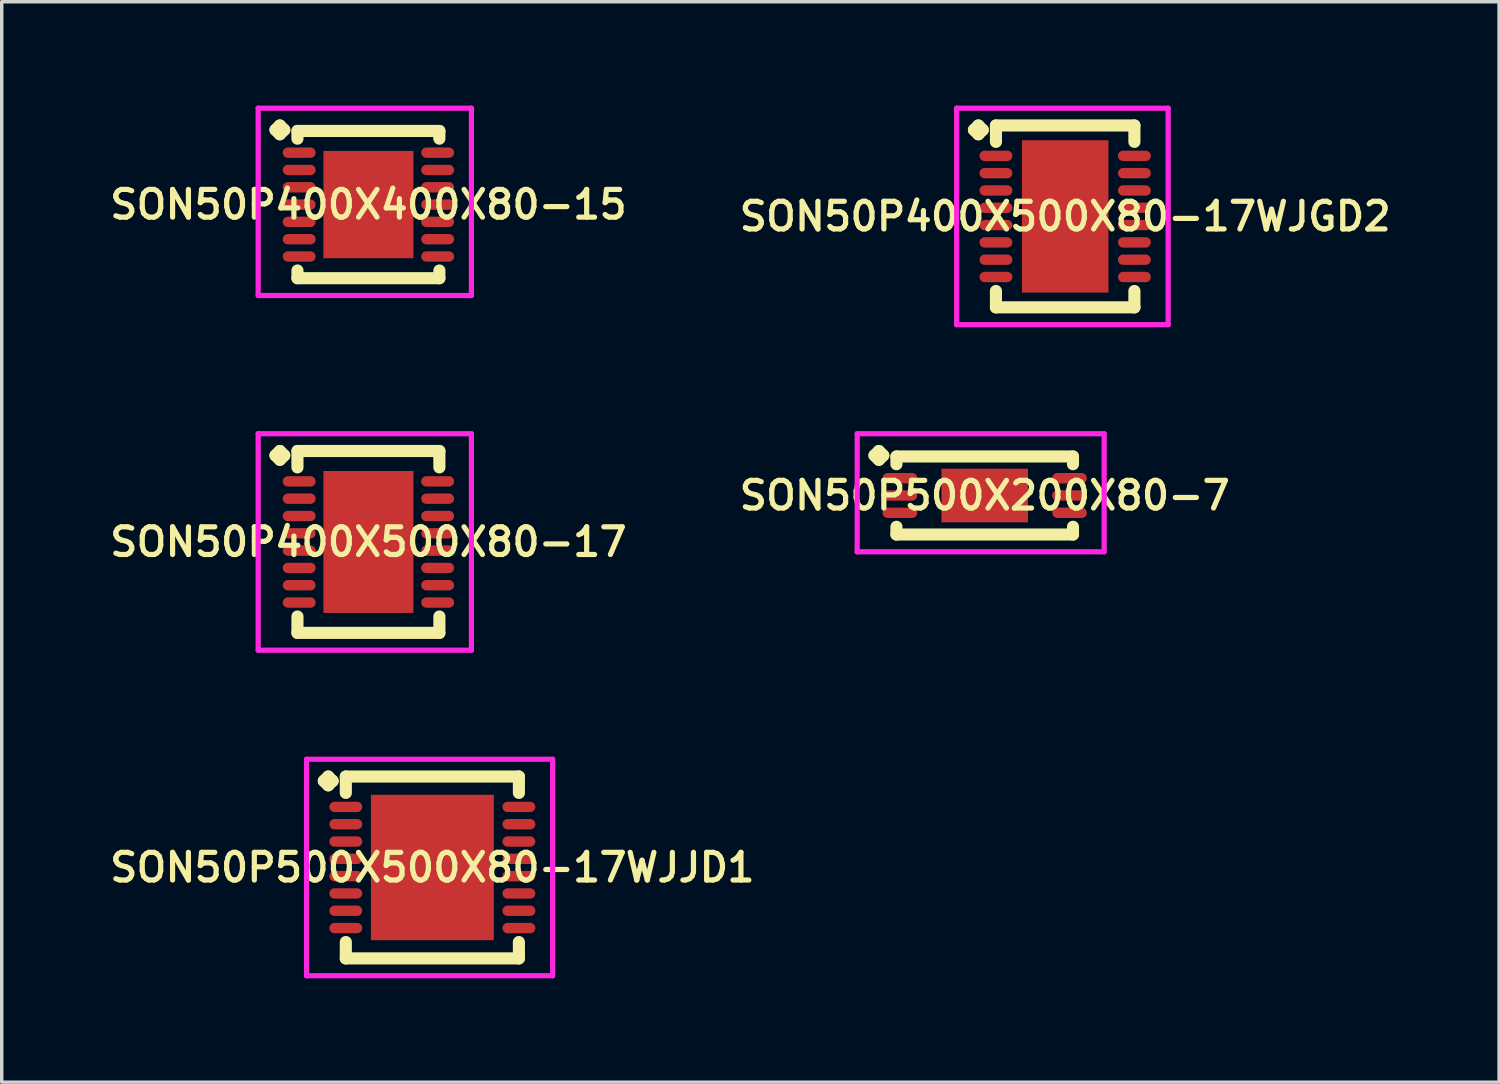
<source format=kicad_pcb>
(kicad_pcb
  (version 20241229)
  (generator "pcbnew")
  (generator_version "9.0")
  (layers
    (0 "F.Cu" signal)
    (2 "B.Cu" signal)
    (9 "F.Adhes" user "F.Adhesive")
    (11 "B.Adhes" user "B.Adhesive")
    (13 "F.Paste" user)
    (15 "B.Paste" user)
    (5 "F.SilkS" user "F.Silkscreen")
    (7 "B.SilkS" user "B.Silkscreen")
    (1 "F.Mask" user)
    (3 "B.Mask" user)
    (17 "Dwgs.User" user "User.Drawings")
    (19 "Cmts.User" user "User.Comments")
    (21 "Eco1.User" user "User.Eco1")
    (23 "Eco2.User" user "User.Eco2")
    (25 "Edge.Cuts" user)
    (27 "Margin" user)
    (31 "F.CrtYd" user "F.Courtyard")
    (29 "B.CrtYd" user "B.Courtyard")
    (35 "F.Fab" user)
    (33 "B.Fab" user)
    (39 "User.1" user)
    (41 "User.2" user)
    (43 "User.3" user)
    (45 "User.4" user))
  (footprint "SON50P400X500X80-17WJGD2"
    (layer "F.Cu")
    (at 27.721 3.202)
    (property "Reference" "SON50P400X500X80-17WJGD2" (at 0 0 0) (layer "F.SilkS") (effects (font (size 0.8 0.8) (thickness 0.15))))
    (attr smd)
    (fp_line (start -2.635 -2.5) (end -2.508 -2.627) (stroke (width 0.35) (type solid)) (layer "F.SilkS"))
    (fp_line (start -2.508 -2.627) (end -2.381 -2.5) (stroke (width 0.35) (type solid)) (layer "F.SilkS"))
    (fp_line (start -2.508 -2.373) (end -2.635 -2.5) (stroke (width 0.35) (type solid)) (layer "F.SilkS"))
    (fp_line (start -2.381 -2.5) (end -2.508 -2.373) (stroke (width 0.35) (type solid)) (layer "F.SilkS"))
    (fp_line (start -2 -2.627) (end 2 -2.627) (stroke (width 0.35) (type solid)) (layer "F.SilkS"))
    (fp_line (start -2 -2.154) (end -2 -2.627) (stroke (width 0.35) (type solid)) (layer "F.SilkS"))
    (fp_line (start -2 2.154) (end -2 2.627) (stroke (width 0.35) (type solid)) (layer "F.SilkS"))
    (fp_line (start -2 2.627) (end 2 2.627) (stroke (width 0.35) (type solid)) (layer "F.SilkS"))
    (fp_line (start 2 -2.627) (end 2 -2.154) (stroke (width 0.35) (type solid)) (layer "F.SilkS"))
    (fp_line (start 2 2.627) (end 2 2.154) (stroke (width 0.35) (type solid)) (layer "F.SilkS"))
    (fp_line (start -3.135 -3.127) (end 2.975 -3.127) (stroke (width 0.15) (type solid)) (layer "F.CrtYd"))
    (fp_line (start -3.135 3.127) (end -3.135 -3.127) (stroke (width 0.15) (type solid)) (layer "F.CrtYd"))
    (fp_line (start 2.975 -3.127) (end 2.975 3.127) (stroke (width 0.15) (type solid)) (layer "F.CrtYd"))
    (fp_line (start 2.975 3.127) (end -3.135 3.127) (stroke (width 0.15) (type solid)) (layer "F.CrtYd"))
    (pad "1" smd oval (at -2 -1.75) (size 0.95 0.3) (layers "F.Cu" "F.Mask" "F.Paste"))
    (pad "2" smd oval (at -2 -1.25) (size 0.95 0.3) (layers "F.Cu" "F.Mask" "F.Paste"))
    (pad "3" smd oval (at -2 -0.75) (size 0.95 0.3) (layers "F.Cu" "F.Mask" "F.Paste"))
    (pad "4" smd oval (at -2 -0.25) (size 0.95 0.3) (layers "F.Cu" "F.Mask" "F.Paste"))
    (pad "5" smd oval (at -2 0.25) (size 0.95 0.3) (layers "F.Cu" "F.Mask" "F.Paste"))
    (pad "6" smd oval (at -2 0.75) (size 0.95 0.3) (layers "F.Cu" "F.Mask" "F.Paste"))
    (pad "7" smd oval (at -2 1.25) (size 0.95 0.3) (layers "F.Cu" "F.Mask" "F.Paste"))
    (pad "8" smd oval (at -2 1.75) (size 0.95 0.3) (layers "F.Cu" "F.Mask" "F.Paste"))
    (pad "9" smd oval (at 2 1.75) (size 0.95 0.3) (layers "F.Cu" "F.Mask" "F.Paste"))
    (pad "10" smd oval (at 2 1.25) (size 0.95 0.3) (layers "F.Cu" "F.Mask" "F.Paste"))
    (pad "11" smd oval (at 2 0.75) (size 0.95 0.3) (layers "F.Cu" "F.Mask" "F.Paste"))
    (pad "12" smd oval (at 2 0.25) (size 0.95 0.3) (layers "F.Cu" "F.Mask" "F.Paste"))
    (pad "13" smd oval (at 2 -0.25) (size 0.95 0.3) (layers "F.Cu" "F.Mask" "F.Paste"))
    (pad "14" smd oval (at 2 -0.75) (size 0.95 0.3) (layers "F.Cu" "F.Mask" "F.Paste"))
    (pad "15" smd oval (at 2 -1.25) (size 0.95 0.3) (layers "F.Cu" "F.Mask" "F.Paste"))
    (pad "16" smd oval (at 2 -1.75) (size 0.95 0.3) (layers "F.Cu" "F.Mask" "F.Paste"))
    (pad "17" smd rect (at 0 0) (size 2.5 4.4) (layers "F.Cu" "F.Mask" "F.Paste")))
  (footprint "SON50P500X500X80-17WJJD1"
    (layer "F.Cu")
    (at 9.44 22.01)
    (property "Reference" "SON50P500X500X80-17WJJD1" (at 0 0 0) (layer "F.SilkS") (effects (font (size 0.8 0.8) (thickness 0.15))))
    (attr smd)
    (fp_line (start -3.135 -2.5) (end -3.008 -2.627) (stroke (width 0.35) (type solid)) (layer "F.SilkS"))
    (fp_line (start -3.008 -2.627) (end -2.881 -2.5) (stroke (width 0.35) (type solid)) (layer "F.SilkS"))
    (fp_line (start -3.008 -2.373) (end -3.135 -2.5) (stroke (width 0.35) (type solid)) (layer "F.SilkS"))
    (fp_line (start -2.881 -2.5) (end -3.008 -2.373) (stroke (width 0.35) (type solid)) (layer "F.SilkS"))
    (fp_line (start -2.5 -2.627) (end 2.5 -2.627) (stroke (width 0.35) (type solid)) (layer "F.SilkS"))
    (fp_line (start -2.5 -2.154) (end -2.5 -2.627) (stroke (width 0.35) (type solid)) (layer "F.SilkS"))
    (fp_line (start -2.5 2.154) (end -2.5 2.627) (stroke (width 0.35) (type solid)) (layer "F.SilkS"))
    (fp_line (start -2.5 2.627) (end 2.5 2.627) (stroke (width 0.35) (type solid)) (layer "F.SilkS"))
    (fp_line (start 2.5 -2.627) (end 2.5 -2.154) (stroke (width 0.35) (type solid)) (layer "F.SilkS"))
    (fp_line (start 2.5 2.627) (end 2.5 2.154) (stroke (width 0.35) (type solid)) (layer "F.SilkS"))
    (fp_line (start -3.635 -3.127) (end 3.475 -3.127) (stroke (width 0.15) (type solid)) (layer "F.CrtYd"))
    (fp_line (start -3.635 3.127) (end -3.635 -3.127) (stroke (width 0.15) (type solid)) (layer "F.CrtYd"))
    (fp_line (start 3.475 -3.127) (end 3.475 3.127) (stroke (width 0.15) (type solid)) (layer "F.CrtYd"))
    (fp_line (start 3.475 3.127) (end -3.635 3.127) (stroke (width 0.15) (type solid)) (layer "F.CrtYd"))
    (pad "1" smd oval (at -2.5 -1.75) (size 0.95 0.3) (layers "F.Cu" "F.Mask" "F.Paste"))
    (pad "2" smd oval (at -2.5 -1.25) (size 0.95 0.3) (layers "F.Cu" "F.Mask" "F.Paste"))
    (pad "3" smd oval (at -2.5 -0.75) (size 0.95 0.3) (layers "F.Cu" "F.Mask" "F.Paste"))
    (pad "4" smd oval (at -2.5 -0.25) (size 0.95 0.3) (layers "F.Cu" "F.Mask" "F.Paste"))
    (pad "5" smd oval (at -2.5 0.25) (size 0.95 0.3) (layers "F.Cu" "F.Mask" "F.Paste"))
    (pad "6" smd oval (at -2.5 0.75) (size 0.95 0.3) (layers "F.Cu" "F.Mask" "F.Paste"))
    (pad "7" smd oval (at -2.5 1.25) (size 0.95 0.3) (layers "F.Cu" "F.Mask" "F.Paste"))
    (pad "8" smd oval (at -2.5 1.75) (size 0.95 0.3) (layers "F.Cu" "F.Mask" "F.Paste"))
    (pad "9" smd oval (at 2.5 1.75) (size 0.95 0.3) (layers "F.Cu" "F.Mask" "F.Paste"))
    (pad "10" smd oval (at 2.5 1.25) (size 0.95 0.3) (layers "F.Cu" "F.Mask" "F.Paste"))
    (pad "11" smd oval (at 2.5 0.75) (size 0.95 0.3) (layers "F.Cu" "F.Mask" "F.Paste"))
    (pad "12" smd oval (at 2.5 0.25) (size 0.95 0.3) (layers "F.Cu" "F.Mask" "F.Paste"))
    (pad "13" smd oval (at 2.5 -0.25) (size 0.95 0.3) (layers "F.Cu" "F.Mask" "F.Paste"))
    (pad "14" smd oval (at 2.5 -0.75) (size 0.95 0.3) (layers "F.Cu" "F.Mask" "F.Paste"))
    (pad "15" smd oval (at 2.5 -1.25) (size 0.95 0.3) (layers "F.Cu" "F.Mask" "F.Paste"))
    (pad "16" smd oval (at 2.5 -1.75) (size 0.95 0.3) (layers "F.Cu" "F.Mask" "F.Paste"))
    (pad "17" smd rect (at 0 0) (size 3.55 4.2) (layers "F.Cu" "F.Mask" "F.Paste")))
  (footprint "SON50P500X200X80-7"
    (layer "F.Cu")
    (at 25.397 11.264)
    (property "Reference" "SON50P500X200X80-7" (at 0 0 0) (layer "F.SilkS") (effects (font (size 0.8 0.8) (thickness 0.15))))
    (attr through_hole)
    (fp_line (start -3.185 -1.158) (end -3.058 -1.285) (stroke (width 0.35) (type solid)) (layer "F.SilkS"))
    (fp_line (start -3.058 -1.285) (end -2.931 -1.158) (stroke (width 0.35) (type solid)) (layer "F.SilkS"))
    (fp_line (start -3.058 -1.031) (end -3.185 -1.158) (stroke (width 0.35) (type solid)) (layer "F.SilkS"))
    (fp_line (start -2.931 -1.158) (end -3.058 -1.031) (stroke (width 0.35) (type solid)) (layer "F.SilkS"))
    (fp_line (start -2.55 -1.127) (end 2.55 -1.127) (stroke (width 0.35) (type solid)) (layer "F.SilkS"))
    (fp_line (start -2.55 -0.904) (end -2.55 -1.127) (stroke (width 0.35) (type solid)) (layer "F.SilkS"))
    (fp_line (start -2.55 0.904) (end -2.55 1.127) (stroke (width 0.35) (type solid)) (layer "F.SilkS"))
    (fp_line (start -2.55 1.127) (end 2.55 1.127) (stroke (width 0.35) (type solid)) (layer "F.SilkS"))
    (fp_line (start 2.55 -1.127) (end 2.55 -0.904) (stroke (width 0.35) (type solid)) (layer "F.SilkS"))
    (fp_line (start 2.55 1.127) (end 2.55 0.904) (stroke (width 0.35) (type solid)) (layer "F.SilkS"))
    (fp_line (start -3.685 -1.785) (end 3.45 -1.785) (stroke (width 0.15) (type solid)) (layer "F.CrtYd"))
    (fp_line (start -3.685 1.627) (end -3.685 -1.785) (stroke (width 0.15) (type solid)) (layer "F.CrtYd"))
    (fp_line (start 3.45 -1.785) (end 3.45 1.627) (stroke (width 0.15) (type solid)) (layer "F.CrtYd"))
    (fp_line (start 3.45 1.627) (end -3.685 1.627) (stroke (width 0.15) (type solid)) (layer "F.CrtYd"))
    (pad "1" smd oval (at -2.45 -0.5) (size 1 0.3) (layers "F.Cu" "F.Mask" "F.Paste"))
    (pad "2" smd oval (at -2.45 0) (size 1 0.3) (layers "F.Cu" "F.Mask" "F.Paste"))
    (pad "3" smd oval (at -2.45 0.5) (size 1 0.3) (layers "F.Cu" "F.Mask" "F.Paste"))
    (pad "4" smd oval (at 2.45 0.5) (size 1 0.3) (layers "F.Cu" "F.Mask" "F.Paste"))
    (pad "5" smd oval (at 2.45 0) (size 1 0.3) (layers "F.Cu" "F.Mask" "F.Paste"))
    (pad "6" smd oval (at 2.45 -0.5) (size 1 0.3) (layers "F.Cu" "F.Mask" "F.Paste"))
    (pad "7" smd rect (at 0 0) (size 2.5 1.55) (layers "F.Cu" "F.Mask" "F.Paste")))
  (footprint "SON50P400X400X80-15"
    (layer "F.Cu")
    (at 7.593 2.86)
    (property "Reference" "SON50P400X400X80-15" (at 0 0 0) (layer "F.SilkS") (effects (font (size 0.8 0.8) (thickness 0.15))))
    (attr smd)
    (fp_line (start -2.685 -2.158) (end -2.558 -2.285) (stroke (width 0.35) (type solid)) (layer "F.SilkS"))
    (fp_line (start -2.558 -2.285) (end -2.431 -2.158) (stroke (width 0.35) (type solid)) (layer "F.SilkS"))
    (fp_line (start -2.558 -2.031) (end -2.685 -2.158) (stroke (width 0.35) (type solid)) (layer "F.SilkS"))
    (fp_line (start -2.431 -2.158) (end -2.558 -2.031) (stroke (width 0.35) (type solid)) (layer "F.SilkS"))
    (fp_line (start -2.05 -2.127) (end 2.05 -2.127) (stroke (width 0.35) (type solid)) (layer "F.SilkS"))
    (fp_line (start -2.05 -1.904) (end -2.05 -2.127) (stroke (width 0.35) (type solid)) (layer "F.SilkS"))
    (fp_line (start -2.05 1.904) (end -2.05 2.127) (stroke (width 0.35) (type solid)) (layer "F.SilkS"))
    (fp_line (start -2.05 2.127) (end 2.05 2.127) (stroke (width 0.35) (type solid)) (layer "F.SilkS"))
    (fp_line (start 2.05 -2.127) (end 2.05 -1.904) (stroke (width 0.35) (type solid)) (layer "F.SilkS"))
    (fp_line (start 2.05 2.127) (end 2.05 1.904) (stroke (width 0.35) (type solid)) (layer "F.SilkS"))
    (fp_line (start -3.185 -2.785) (end 2.975 -2.785) (stroke (width 0.15) (type solid)) (layer "F.CrtYd"))
    (fp_line (start -3.185 2.627) (end -3.185 -2.785) (stroke (width 0.15) (type solid)) (layer "F.CrtYd"))
    (fp_line (start 2.975 -2.785) (end 2.975 2.627) (stroke (width 0.15) (type solid)) (layer "F.CrtYd"))
    (fp_line (start 2.975 2.627) (end -3.185 2.627) (stroke (width 0.15) (type solid)) (layer "F.CrtYd"))
    (pad "1" smd oval (at -2 -1.5) (size 0.95 0.3) (layers "F.Cu" "F.Mask" "F.Paste"))
    (pad "2" smd oval (at -2 -1) (size 0.95 0.3) (layers "F.Cu" "F.Mask" "F.Paste"))
    (pad "3" smd oval (at -2 -0.5) (size 0.95 0.3) (layers "F.Cu" "F.Mask" "F.Paste"))
    (pad "4" smd oval (at -2 0) (size 0.95 0.3) (layers "F.Cu" "F.Mask" "F.Paste"))
    (pad "5" smd oval (at -2 0.5) (size 0.95 0.3) (layers "F.Cu" "F.Mask" "F.Paste"))
    (pad "6" smd oval (at -2 1) (size 0.95 0.3) (layers "F.Cu" "F.Mask" "F.Paste"))
    (pad "7" smd oval (at -2 1.5) (size 0.95 0.3) (layers "F.Cu" "F.Mask" "F.Paste"))
    (pad "8" smd oval (at 2 1.5) (size 0.95 0.3) (layers "F.Cu" "F.Mask" "F.Paste"))
    (pad "9" smd oval (at 2 1) (size 0.95 0.3) (layers "F.Cu" "F.Mask" "F.Paste"))
    (pad "10" smd oval (at 2 0.5) (size 0.95 0.3) (layers "F.Cu" "F.Mask" "F.Paste"))
    (pad "11" smd oval (at 2 0) (size 0.95 0.3) (layers "F.Cu" "F.Mask" "F.Paste"))
    (pad "12" smd oval (at 2 -0.5) (size 0.95 0.3) (layers "F.Cu" "F.Mask" "F.Paste"))
    (pad "13" smd oval (at 2 -1) (size 0.95 0.3) (layers "F.Cu" "F.Mask" "F.Paste"))
    (pad "14" smd oval (at 2 -1.5) (size 0.95 0.3) (layers "F.Cu" "F.Mask" "F.Paste"))
    (pad "15" smd rect (at 0 0) (size 2.6 3.1) (layers "F.Cu" "F.Mask" "F.Paste")))
  (footprint "SON50P400X500X80-17"
    (layer "F.Cu")
    (at 7.593 12.606)
    (property "Reference" "SON50P400X500X80-17" (at 0 0 0) (layer "F.SilkS") (effects (font (size 0.8 0.8) (thickness 0.15))))
    (attr smd)
    (fp_line (start -2.685 -2.5) (end -2.558 -2.627) (stroke (width 0.35) (type solid)) (layer "F.SilkS"))
    (fp_line (start -2.558 -2.627) (end -2.431 -2.5) (stroke (width 0.35) (type solid)) (layer "F.SilkS"))
    (fp_line (start -2.558 -2.373) (end -2.685 -2.5) (stroke (width 0.35) (type solid)) (layer "F.SilkS"))
    (fp_line (start -2.431 -2.5) (end -2.558 -2.373) (stroke (width 0.35) (type solid)) (layer "F.SilkS"))
    (fp_line (start -2.05 -2.627) (end 2.05 -2.627) (stroke (width 0.35) (type solid)) (layer "F.SilkS"))
    (fp_line (start -2.05 -2.154) (end -2.05 -2.627) (stroke (width 0.35) (type solid)) (layer "F.SilkS"))
    (fp_line (start -2.05 2.154) (end -2.05 2.627) (stroke (width 0.35) (type solid)) (layer "F.SilkS"))
    (fp_line (start -2.05 2.627) (end 2.05 2.627) (stroke (width 0.35) (type solid)) (layer "F.SilkS"))
    (fp_line (start 2.05 -2.627) (end 2.05 -2.154) (stroke (width 0.35) (type solid)) (layer "F.SilkS"))
    (fp_line (start 2.05 2.627) (end 2.05 2.154) (stroke (width 0.35) (type solid)) (layer "F.SilkS"))
    (fp_line (start -3.185 -3.127) (end 2.975 -3.127) (stroke (width 0.15) (type solid)) (layer "F.CrtYd"))
    (fp_line (start -3.185 3.127) (end -3.185 -3.127) (stroke (width 0.15) (type solid)) (layer "F.CrtYd"))
    (fp_line (start 2.975 -3.127) (end 2.975 3.127) (stroke (width 0.15) (type solid)) (layer "F.CrtYd"))
    (fp_line (start 2.975 3.127) (end -3.185 3.127) (stroke (width 0.15) (type solid)) (layer "F.CrtYd"))
    (pad "1" smd oval (at -2 -1.75) (size 0.95 0.3) (layers "F.Cu" "F.Mask" "F.Paste"))
    (pad "2" smd oval (at -2 -1.25) (size 0.95 0.3) (layers "F.Cu" "F.Mask" "F.Paste"))
    (pad "3" smd oval (at -2 -0.75) (size 0.95 0.3) (layers "F.Cu" "F.Mask" "F.Paste"))
    (pad "4" smd oval (at -2 -0.25) (size 0.95 0.3) (layers "F.Cu" "F.Mask" "F.Paste"))
    (pad "5" smd oval (at -2 0.25) (size 0.95 0.3) (layers "F.Cu" "F.Mask" "F.Paste"))
    (pad "6" smd oval (at -2 0.75) (size 0.95 0.3) (layers "F.Cu" "F.Mask" "F.Paste"))
    (pad "7" smd oval (at -2 1.25) (size 0.95 0.3) (layers "F.Cu" "F.Mask" "F.Paste"))
    (pad "8" smd oval (at -2 1.75) (size 0.95 0.3) (layers "F.Cu" "F.Mask" "F.Paste"))
    (pad "9" smd oval (at 2 1.75) (size 0.95 0.3) (layers "F.Cu" "F.Mask" "F.Paste"))
    (pad "10" smd oval (at 2 1.25) (size 0.95 0.3) (layers "F.Cu" "F.Mask" "F.Paste"))
    (pad "11" smd oval (at 2 0.75) (size 0.95 0.3) (layers "F.Cu" "F.Mask" "F.Paste"))
    (pad "12" smd oval (at 2 0.25) (size 0.95 0.3) (layers "F.Cu" "F.Mask" "F.Paste"))
    (pad "13" smd oval (at 2 -0.25) (size 0.95 0.3) (layers "F.Cu" "F.Mask" "F.Paste"))
    (pad "14" smd oval (at 2 -0.75) (size 0.95 0.3) (layers "F.Cu" "F.Mask" "F.Paste"))
    (pad "15" smd oval (at 2 -1.25) (size 0.95 0.3) (layers "F.Cu" "F.Mask" "F.Paste"))
    (pad "16" smd oval (at 2 -1.75) (size 0.95 0.3) (layers "F.Cu" "F.Mask" "F.Paste"))
    (pad "17" smd rect (at 0 0) (size 2.6 4.1) (layers "F.Cu" "F.Mask" "F.Paste")))
  (gr_rect
    (start -3 -3)
    (end 40.256 28.212)
    (stroke (width 0.1) (type default))
    (fill no)
    (layer "Edge.Cuts")))
</source>
